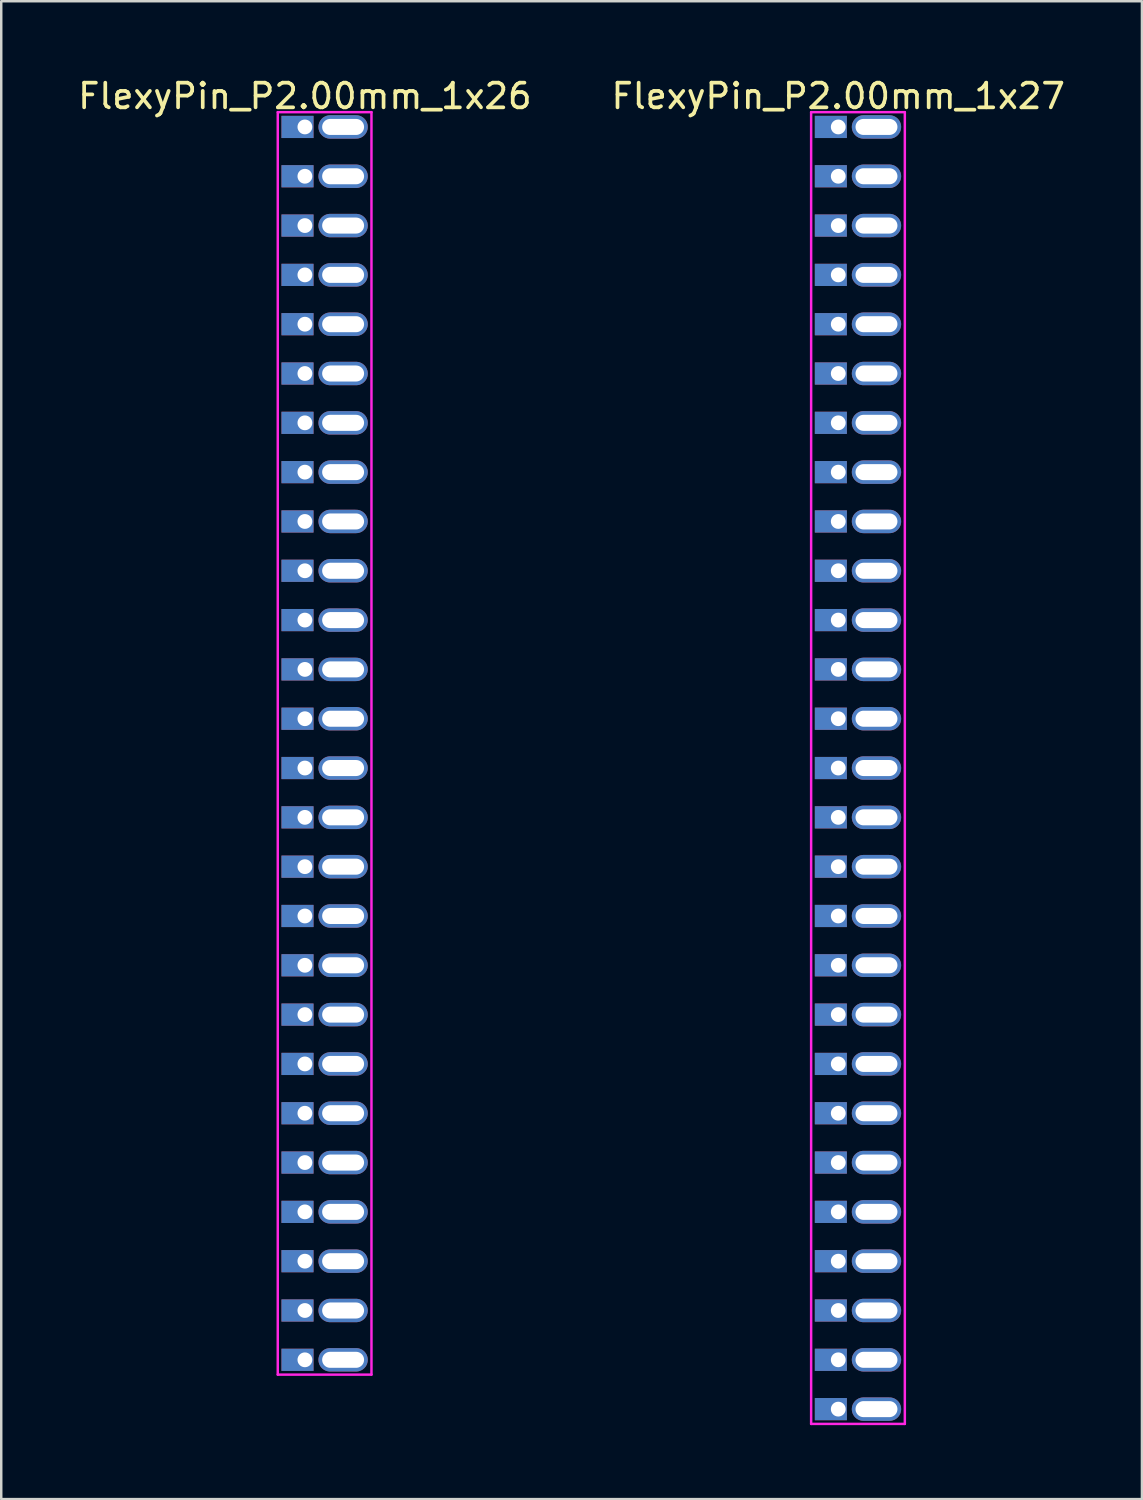
<source format=kicad_pcb>
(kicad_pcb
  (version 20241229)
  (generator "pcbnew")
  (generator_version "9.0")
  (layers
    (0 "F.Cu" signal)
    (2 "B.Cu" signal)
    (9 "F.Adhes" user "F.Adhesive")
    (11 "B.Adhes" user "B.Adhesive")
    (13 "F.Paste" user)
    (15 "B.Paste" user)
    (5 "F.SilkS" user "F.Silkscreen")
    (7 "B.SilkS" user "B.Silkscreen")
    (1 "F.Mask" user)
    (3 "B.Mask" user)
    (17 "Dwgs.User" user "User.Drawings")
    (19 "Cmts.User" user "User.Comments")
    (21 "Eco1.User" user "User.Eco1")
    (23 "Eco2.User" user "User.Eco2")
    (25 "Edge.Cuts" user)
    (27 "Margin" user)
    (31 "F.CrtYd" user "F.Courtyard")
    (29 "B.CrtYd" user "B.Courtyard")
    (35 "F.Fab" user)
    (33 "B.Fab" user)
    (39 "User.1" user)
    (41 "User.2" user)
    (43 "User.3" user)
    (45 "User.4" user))
  (footprint "FlexyPin_P2.00mm_1x26"
    (layer "F.Cu")
    (at 9.315 2.098)
    (property "Reference" "FlexyPin_P2.00mm_1x26" (at 0 -1.25 0) (layer "F.SilkS") (effects (font (size 1 1) (thickness 0.15))))
    (attr through_hole)
    (fp_line (start -1.1 -0.6) (end 2.7 -0.6) (stroke (width 0.1) (type solid)) (layer "F.CrtYd"))
    (fp_line (start -1.1 50.6) (end -1.1 -0.6) (stroke (width 0.1) (type solid)) (layer "F.CrtYd"))
    (fp_line (start 2.7 -0.6) (end 2.7 50.6) (stroke (width 0.1) (type solid)) (layer "F.CrtYd"))
    (fp_line (start 2.7 50.6) (end -1.1 50.6) (stroke (width 0.1) (type solid)) (layer "F.CrtYd"))
    (pad "" thru_hole oval (at 1.55 0) (size 2 0.95) (drill oval 1.7 0.65) (layers "*.Cu" "*.Mask"))
    (pad "" thru_hole oval (at 1.55 2) (size 2 0.95) (drill oval 1.7 0.65) (layers "*.Cu" "*.Mask"))
    (pad "" thru_hole oval (at 1.55 4) (size 2 0.95) (drill oval 1.7 0.65) (layers "*.Cu" "*.Mask"))
    (pad "" thru_hole oval (at 1.55 6) (size 2 0.95) (drill oval 1.7 0.65) (layers "*.Cu" "*.Mask"))
    (pad "" thru_hole oval (at 1.55 8) (size 2 0.95) (drill oval 1.7 0.65) (layers "*.Cu" "*.Mask"))
    (pad "" thru_hole oval (at 1.55 10) (size 2 0.95) (drill oval 1.7 0.65) (layers "*.Cu" "*.Mask"))
    (pad "" thru_hole oval (at 1.55 12) (size 2 0.95) (drill oval 1.7 0.65) (layers "*.Cu" "*.Mask"))
    (pad "" thru_hole oval (at 1.55 14) (size 2 0.95) (drill oval 1.7 0.65) (layers "*.Cu" "*.Mask"))
    (pad "" thru_hole oval (at 1.55 16) (size 2 0.95) (drill oval 1.7 0.65) (layers "*.Cu" "*.Mask"))
    (pad "" thru_hole oval (at 1.55 18) (size 2 0.95) (drill oval 1.7 0.65) (layers "*.Cu" "*.Mask"))
    (pad "" thru_hole oval (at 1.55 20) (size 2 0.95) (drill oval 1.7 0.65) (layers "*.Cu" "*.Mask"))
    (pad "" thru_hole oval (at 1.55 22) (size 2 0.95) (drill oval 1.7 0.65) (layers "*.Cu" "*.Mask"))
    (pad "" thru_hole oval (at 1.55 24) (size 2 0.95) (drill oval 1.7 0.65) (layers "*.Cu" "*.Mask"))
    (pad "" thru_hole oval (at 1.55 26) (size 2 0.95) (drill oval 1.7 0.65) (layers "*.Cu" "*.Mask"))
    (pad "" thru_hole oval (at 1.55 28) (size 2 0.95) (drill oval 1.7 0.65) (layers "*.Cu" "*.Mask"))
    (pad "" thru_hole oval (at 1.55 30) (size 2 0.95) (drill oval 1.7 0.65) (layers "*.Cu" "*.Mask"))
    (pad "" thru_hole oval (at 1.55 32) (size 2 0.95) (drill oval 1.7 0.65) (layers "*.Cu" "*.Mask"))
    (pad "" thru_hole oval (at 1.55 34) (size 2 0.95) (drill oval 1.7 0.65) (layers "*.Cu" "*.Mask"))
    (pad "" thru_hole oval (at 1.55 36) (size 2 0.95) (drill oval 1.7 0.65) (layers "*.Cu" "*.Mask"))
    (pad "" thru_hole oval (at 1.55 38) (size 2 0.95) (drill oval 1.7 0.65) (layers "*.Cu" "*.Mask"))
    (pad "" thru_hole oval (at 1.55 40) (size 2 0.95) (drill oval 1.7 0.65) (layers "*.Cu" "*.Mask"))
    (pad "" thru_hole oval (at 1.55 42) (size 2 0.95) (drill oval 1.7 0.65) (layers "*.Cu" "*.Mask"))
    (pad "" thru_hole oval (at 1.55 44) (size 2 0.95) (drill oval 1.7 0.65) (layers "*.Cu" "*.Mask"))
    (pad "" thru_hole oval (at 1.55 46) (size 2 0.95) (drill oval 1.7 0.65) (layers "*.Cu" "*.Mask"))
    (pad "" thru_hole oval (at 1.55 48) (size 2 0.95) (drill oval 1.7 0.65) (layers "*.Cu" "*.Mask"))
    (pad "" thru_hole oval (at 1.55 50) (size 2 0.95) (drill oval 1.7 0.65) (layers "*.Cu" "*.Mask"))
    (pad "1" thru_hole rect (at 0 0) (size 1.3 0.9) (drill 0.6 (offset -0.3 0)) (layers "*.Cu" "*.Mask"))
    (pad "2" thru_hole rect (at 0 2) (size 1.3 0.9) (drill 0.6 (offset -0.3 0)) (layers "*.Cu" "*.Mask"))
    (pad "3" thru_hole rect (at 0 4) (size 1.3 0.9) (drill 0.6 (offset -0.3 0)) (layers "*.Cu" "*.Mask"))
    (pad "4" thru_hole rect (at 0 6) (size 1.3 0.9) (drill 0.6 (offset -0.3 0)) (layers "*.Cu" "*.Mask"))
    (pad "5" thru_hole rect (at 0 8) (size 1.3 0.9) (drill 0.6 (offset -0.3 0)) (layers "*.Cu" "*.Mask"))
    (pad "6" thru_hole rect (at 0 10) (size 1.3 0.9) (drill 0.6 (offset -0.3 0)) (layers "*.Cu" "*.Mask"))
    (pad "7" thru_hole rect (at 0 12) (size 1.3 0.9) (drill 0.6 (offset -0.3 0)) (layers "*.Cu" "*.Mask"))
    (pad "8" thru_hole rect (at 0 14) (size 1.3 0.9) (drill 0.6 (offset -0.3 0)) (layers "*.Cu" "*.Mask"))
    (pad "9" thru_hole rect (at 0 16) (size 1.3 0.9) (drill 0.6 (offset -0.3 0)) (layers "*.Cu" "*.Mask"))
    (pad "10" thru_hole rect (at 0 18) (size 1.3 0.9) (drill 0.6 (offset -0.3 0)) (layers "*.Cu" "*.Mask"))
    (pad "11" thru_hole rect (at 0 20) (size 1.3 0.9) (drill 0.6 (offset -0.3 0)) (layers "*.Cu" "*.Mask"))
    (pad "12" thru_hole rect (at 0 22) (size 1.3 0.9) (drill 0.6 (offset -0.3 0)) (layers "*.Cu" "*.Mask"))
    (pad "13" thru_hole rect (at 0 24) (size 1.3 0.9) (drill 0.6 (offset -0.3 0)) (layers "*.Cu" "*.Mask"))
    (pad "14" thru_hole rect (at 0 26) (size 1.3 0.9) (drill 0.6 (offset -0.3 0)) (layers "*.Cu" "*.Mask"))
    (pad "15" thru_hole rect (at 0 28) (size 1.3 0.9) (drill 0.6 (offset -0.3 0)) (layers "*.Cu" "*.Mask"))
    (pad "16" thru_hole rect (at 0 30) (size 1.3 0.9) (drill 0.6 (offset -0.3 0)) (layers "*.Cu" "*.Mask"))
    (pad "17" thru_hole rect (at 0 32) (size 1.3 0.9) (drill 0.6 (offset -0.3 0)) (layers "*.Cu" "*.Mask"))
    (pad "18" thru_hole rect (at 0 34) (size 1.3 0.9) (drill 0.6 (offset -0.3 0)) (layers "*.Cu" "*.Mask"))
    (pad "19" thru_hole rect (at 0 36) (size 1.3 0.9) (drill 0.6 (offset -0.3 0)) (layers "*.Cu" "*.Mask"))
    (pad "20" thru_hole rect (at 0 38) (size 1.3 0.9) (drill 0.6 (offset -0.3 0)) (layers "*.Cu" "*.Mask"))
    (pad "21" thru_hole rect (at 0 40) (size 1.3 0.9) (drill 0.6 (offset -0.3 0)) (layers "*.Cu" "*.Mask"))
    (pad "22" thru_hole rect (at 0 42) (size 1.3 0.9) (drill 0.6 (offset -0.3 0)) (layers "*.Cu" "*.Mask"))
    (pad "23" thru_hole rect (at 0 44) (size 1.3 0.9) (drill 0.6 (offset -0.3 0)) (layers "*.Cu" "*.Mask"))
    (pad "24" thru_hole rect (at 0 46) (size 1.3 0.9) (drill 0.6 (offset -0.3 0)) (layers "*.Cu" "*.Mask"))
    (pad "25" thru_hole rect (at 0 48) (size 1.3 0.9) (drill 0.6 (offset -0.3 0)) (layers "*.Cu" "*.Mask"))
    (pad "26" thru_hole rect (at 0 50) (size 1.3 0.9) (drill 0.6 (offset -0.3 0)) (layers "*.Cu" "*.Mask")))
  (footprint "FlexyPin_P2.00mm_1x27"
    (layer "F.Cu")
    (at 30.946 2.098)
    (property "Reference" "FlexyPin_P2.00mm_1x27" (at 0 -1.25 0) (layer "F.SilkS") (effects (font (size 1 1) (thickness 0.15))))
    (attr through_hole)
    (fp_line (start -1.1 -0.6) (end 2.7 -0.6) (stroke (width 0.1) (type solid)) (layer "F.CrtYd"))
    (fp_line (start -1.1 52.6) (end -1.1 -0.6) (stroke (width 0.1) (type solid)) (layer "F.CrtYd"))
    (fp_line (start 2.7 -0.6) (end 2.7 52.6) (stroke (width 0.1) (type solid)) (layer "F.CrtYd"))
    (fp_line (start 2.7 52.6) (end -1.1 52.6) (stroke (width 0.1) (type solid)) (layer "F.CrtYd"))
    (pad "" thru_hole oval (at 1.55 0) (size 2 0.95) (drill oval 1.7 0.65) (layers "*.Cu" "*.Mask"))
    (pad "" thru_hole oval (at 1.55 2) (size 2 0.95) (drill oval 1.7 0.65) (layers "*.Cu" "*.Mask"))
    (pad "" thru_hole oval (at 1.55 4) (size 2 0.95) (drill oval 1.7 0.65) (layers "*.Cu" "*.Mask"))
    (pad "" thru_hole oval (at 1.55 6) (size 2 0.95) (drill oval 1.7 0.65) (layers "*.Cu" "*.Mask"))
    (pad "" thru_hole oval (at 1.55 8) (size 2 0.95) (drill oval 1.7 0.65) (layers "*.Cu" "*.Mask"))
    (pad "" thru_hole oval (at 1.55 10) (size 2 0.95) (drill oval 1.7 0.65) (layers "*.Cu" "*.Mask"))
    (pad "" thru_hole oval (at 1.55 12) (size 2 0.95) (drill oval 1.7 0.65) (layers "*.Cu" "*.Mask"))
    (pad "" thru_hole oval (at 1.55 14) (size 2 0.95) (drill oval 1.7 0.65) (layers "*.Cu" "*.Mask"))
    (pad "" thru_hole oval (at 1.55 16) (size 2 0.95) (drill oval 1.7 0.65) (layers "*.Cu" "*.Mask"))
    (pad "" thru_hole oval (at 1.55 18) (size 2 0.95) (drill oval 1.7 0.65) (layers "*.Cu" "*.Mask"))
    (pad "" thru_hole oval (at 1.55 20) (size 2 0.95) (drill oval 1.7 0.65) (layers "*.Cu" "*.Mask"))
    (pad "" thru_hole oval (at 1.55 22) (size 2 0.95) (drill oval 1.7 0.65) (layers "*.Cu" "*.Mask"))
    (pad "" thru_hole oval (at 1.55 24) (size 2 0.95) (drill oval 1.7 0.65) (layers "*.Cu" "*.Mask"))
    (pad "" thru_hole oval (at 1.55 26) (size 2 0.95) (drill oval 1.7 0.65) (layers "*.Cu" "*.Mask"))
    (pad "" thru_hole oval (at 1.55 28) (size 2 0.95) (drill oval 1.7 0.65) (layers "*.Cu" "*.Mask"))
    (pad "" thru_hole oval (at 1.55 30) (size 2 0.95) (drill oval 1.7 0.65) (layers "*.Cu" "*.Mask"))
    (pad "" thru_hole oval (at 1.55 32) (size 2 0.95) (drill oval 1.7 0.65) (layers "*.Cu" "*.Mask"))
    (pad "" thru_hole oval (at 1.55 34) (size 2 0.95) (drill oval 1.7 0.65) (layers "*.Cu" "*.Mask"))
    (pad "" thru_hole oval (at 1.55 36) (size 2 0.95) (drill oval 1.7 0.65) (layers "*.Cu" "*.Mask"))
    (pad "" thru_hole oval (at 1.55 38) (size 2 0.95) (drill oval 1.7 0.65) (layers "*.Cu" "*.Mask"))
    (pad "" thru_hole oval (at 1.55 40) (size 2 0.95) (drill oval 1.7 0.65) (layers "*.Cu" "*.Mask"))
    (pad "" thru_hole oval (at 1.55 42) (size 2 0.95) (drill oval 1.7 0.65) (layers "*.Cu" "*.Mask"))
    (pad "" thru_hole oval (at 1.55 44) (size 2 0.95) (drill oval 1.7 0.65) (layers "*.Cu" "*.Mask"))
    (pad "" thru_hole oval (at 1.55 46) (size 2 0.95) (drill oval 1.7 0.65) (layers "*.Cu" "*.Mask"))
    (pad "" thru_hole oval (at 1.55 48) (size 2 0.95) (drill oval 1.7 0.65) (layers "*.Cu" "*.Mask"))
    (pad "" thru_hole oval (at 1.55 50) (size 2 0.95) (drill oval 1.7 0.65) (layers "*.Cu" "*.Mask"))
    (pad "" thru_hole oval (at 1.55 52) (size 2 0.95) (drill oval 1.7 0.65) (layers "*.Cu" "*.Mask"))
    (pad "1" thru_hole rect (at 0 0) (size 1.3 0.9) (drill 0.6 (offset -0.3 0)) (layers "*.Cu" "*.Mask"))
    (pad "2" thru_hole rect (at 0 2) (size 1.3 0.9) (drill 0.6 (offset -0.3 0)) (layers "*.Cu" "*.Mask"))
    (pad "3" thru_hole rect (at 0 4) (size 1.3 0.9) (drill 0.6 (offset -0.3 0)) (layers "*.Cu" "*.Mask"))
    (pad "4" thru_hole rect (at 0 6) (size 1.3 0.9) (drill 0.6 (offset -0.3 0)) (layers "*.Cu" "*.Mask"))
    (pad "5" thru_hole rect (at 0 8) (size 1.3 0.9) (drill 0.6 (offset -0.3 0)) (layers "*.Cu" "*.Mask"))
    (pad "6" thru_hole rect (at 0 10) (size 1.3 0.9) (drill 0.6 (offset -0.3 0)) (layers "*.Cu" "*.Mask"))
    (pad "7" thru_hole rect (at 0 12) (size 1.3 0.9) (drill 0.6 (offset -0.3 0)) (layers "*.Cu" "*.Mask"))
    (pad "8" thru_hole rect (at 0 14) (size 1.3 0.9) (drill 0.6 (offset -0.3 0)) (layers "*.Cu" "*.Mask"))
    (pad "9" thru_hole rect (at 0 16) (size 1.3 0.9) (drill 0.6 (offset -0.3 0)) (layers "*.Cu" "*.Mask"))
    (pad "10" thru_hole rect (at 0 18) (size 1.3 0.9) (drill 0.6 (offset -0.3 0)) (layers "*.Cu" "*.Mask"))
    (pad "11" thru_hole rect (at 0 20) (size 1.3 0.9) (drill 0.6 (offset -0.3 0)) (layers "*.Cu" "*.Mask"))
    (pad "12" thru_hole rect (at 0 22) (size 1.3 0.9) (drill 0.6 (offset -0.3 0)) (layers "*.Cu" "*.Mask"))
    (pad "13" thru_hole rect (at 0 24) (size 1.3 0.9) (drill 0.6 (offset -0.3 0)) (layers "*.Cu" "*.Mask"))
    (pad "14" thru_hole rect (at 0 26) (size 1.3 0.9) (drill 0.6 (offset -0.3 0)) (layers "*.Cu" "*.Mask"))
    (pad "15" thru_hole rect (at 0 28) (size 1.3 0.9) (drill 0.6 (offset -0.3 0)) (layers "*.Cu" "*.Mask"))
    (pad "16" thru_hole rect (at 0 30) (size 1.3 0.9) (drill 0.6 (offset -0.3 0)) (layers "*.Cu" "*.Mask"))
    (pad "17" thru_hole rect (at 0 32) (size 1.3 0.9) (drill 0.6 (offset -0.3 0)) (layers "*.Cu" "*.Mask"))
    (pad "18" thru_hole rect (at 0 34) (size 1.3 0.9) (drill 0.6 (offset -0.3 0)) (layers "*.Cu" "*.Mask"))
    (pad "19" thru_hole rect (at 0 36) (size 1.3 0.9) (drill 0.6 (offset -0.3 0)) (layers "*.Cu" "*.Mask"))
    (pad "20" thru_hole rect (at 0 38) (size 1.3 0.9) (drill 0.6 (offset -0.3 0)) (layers "*.Cu" "*.Mask"))
    (pad "21" thru_hole rect (at 0 40) (size 1.3 0.9) (drill 0.6 (offset -0.3 0)) (layers "*.Cu" "*.Mask"))
    (pad "22" thru_hole rect (at 0 42) (size 1.3 0.9) (drill 0.6 (offset -0.3 0)) (layers "*.Cu" "*.Mask"))
    (pad "23" thru_hole rect (at 0 44) (size 1.3 0.9) (drill 0.6 (offset -0.3 0)) (layers "*.Cu" "*.Mask"))
    (pad "24" thru_hole rect (at 0 46) (size 1.3 0.9) (drill 0.6 (offset -0.3 0)) (layers "*.Cu" "*.Mask"))
    (pad "25" thru_hole rect (at 0 48) (size 1.3 0.9) (drill 0.6 (offset -0.3 0)) (layers "*.Cu" "*.Mask"))
    (pad "26" thru_hole rect (at 0 50) (size 1.3 0.9) (drill 0.6 (offset -0.3 0)) (layers "*.Cu" "*.Mask"))
    (pad "27" thru_hole rect (at 0 52) (size 1.3 0.9) (drill 0.6 (offset -0.3 0)) (layers "*.Cu" "*.Mask")))
  (gr_rect
    (start -3 -3)
    (end 43.262 57.748)
    (stroke (width 0.1) (type default))
    (fill no)
    (layer "Edge.Cuts")))
</source>
